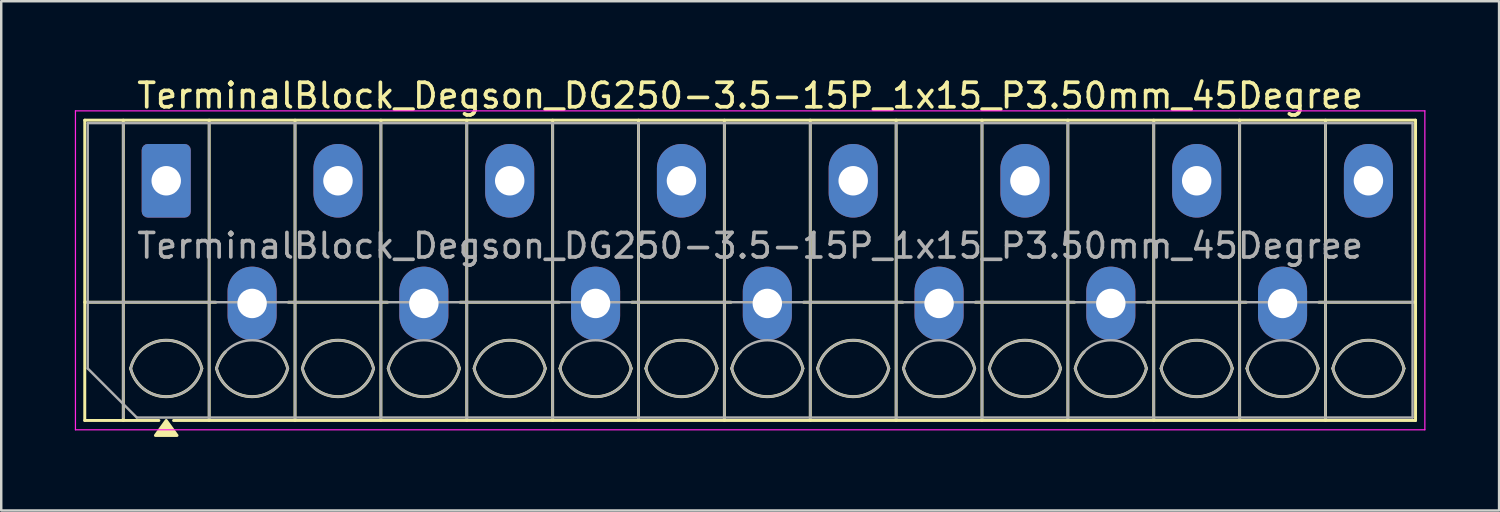
<source format=kicad_pcb>
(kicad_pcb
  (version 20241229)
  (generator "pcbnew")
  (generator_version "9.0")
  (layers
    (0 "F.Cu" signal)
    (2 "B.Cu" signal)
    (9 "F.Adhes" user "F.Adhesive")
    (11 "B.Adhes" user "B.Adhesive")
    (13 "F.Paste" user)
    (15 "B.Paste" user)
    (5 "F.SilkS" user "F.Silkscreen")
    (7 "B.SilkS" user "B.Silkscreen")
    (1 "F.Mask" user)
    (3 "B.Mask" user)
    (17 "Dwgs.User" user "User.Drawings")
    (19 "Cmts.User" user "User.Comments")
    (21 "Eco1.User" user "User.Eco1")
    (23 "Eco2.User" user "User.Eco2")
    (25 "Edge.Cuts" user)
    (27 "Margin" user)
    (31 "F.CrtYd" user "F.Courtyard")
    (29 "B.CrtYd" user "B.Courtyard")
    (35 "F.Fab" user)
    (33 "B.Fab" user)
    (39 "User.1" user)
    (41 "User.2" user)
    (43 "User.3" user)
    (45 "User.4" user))
  (footprint "TerminalBlock_Degson_DG250-3.5-15P_1x15_P3.50mm_45Degree"
    (layer "F.Cu")
    (at 3.725 4.318)
    (property "Reference" "TerminalBlock_Degson_DG250-3.5-15P_1x15_P3.50mm_45Degree" (at 23.8 -3.47 0) (layer "F.SilkS") (effects (font (size 1 1) (thickness 0.15))))
    (attr through_hole)
    (fp_line (start -3.32 -2.47) (end 50.92 -2.47) (stroke (width 0.12) (type solid)) (layer "F.SilkS"))
    (fp_line (start -3.32 4.95) (end 2.02 4.95) (stroke (width 0.12) (type solid)) (layer "F.SilkS"))
    (fp_line (start -3.32 9.77) (end -3.32 -2.47) (stroke (width 0.12) (type solid)) (layer "F.SilkS"))
    (fp_line (start -1.75 -2.47) (end -1.75 9.77) (stroke (width 0.12) (type solid)) (layer "F.SilkS"))
    (fp_line (start -0.3 9.77) (end -3.32 9.77) (stroke (width 0.12) (type solid)) (layer "F.SilkS"))
    (fp_line (start 1.75 -2.47) (end 1.75 9.77) (stroke (width 0.12) (type solid)) (layer "F.SilkS"))
    (fp_line (start 4.98 4.95) (end 9.02 4.95) (stroke (width 0.12) (type solid)) (layer "F.SilkS"))
    (fp_line (start 5.25 -2.47) (end 5.25 9.77) (stroke (width 0.12) (type solid)) (layer "F.SilkS"))
    (fp_line (start 8.75 -2.47) (end 8.75 9.77) (stroke (width 0.12) (type solid)) (layer "F.SilkS"))
    (fp_line (start 11.98 4.95) (end 16.02 4.95) (stroke (width 0.12) (type solid)) (layer "F.SilkS"))
    (fp_line (start 12.25 -2.47) (end 12.25 9.77) (stroke (width 0.12) (type solid)) (layer "F.SilkS"))
    (fp_line (start 15.75 -2.47) (end 15.75 9.77) (stroke (width 0.12) (type solid)) (layer "F.SilkS"))
    (fp_line (start 18.98 4.95) (end 23.02 4.95) (stroke (width 0.12) (type solid)) (layer "F.SilkS"))
    (fp_line (start 19.25 -2.47) (end 19.25 9.77) (stroke (width 0.12) (type solid)) (layer "F.SilkS"))
    (fp_line (start 22.75 -2.47) (end 22.75 9.77) (stroke (width 0.12) (type solid)) (layer "F.SilkS"))
    (fp_line (start 25.98 4.95) (end 30.02 4.95) (stroke (width 0.12) (type solid)) (layer "F.SilkS"))
    (fp_line (start 26.25 -2.47) (end 26.25 9.77) (stroke (width 0.12) (type solid)) (layer "F.SilkS"))
    (fp_line (start 29.75 -2.47) (end 29.75 9.77) (stroke (width 0.12) (type solid)) (layer "F.SilkS"))
    (fp_line (start 32.98 4.95) (end 37.02 4.95) (stroke (width 0.12) (type solid)) (layer "F.SilkS"))
    (fp_line (start 33.25 -2.47) (end 33.25 9.77) (stroke (width 0.12) (type solid)) (layer "F.SilkS"))
    (fp_line (start 36.75 -2.47) (end 36.75 9.77) (stroke (width 0.12) (type solid)) (layer "F.SilkS"))
    (fp_line (start 39.98 4.95) (end 44.02 4.95) (stroke (width 0.12) (type solid)) (layer "F.SilkS"))
    (fp_line (start 40.25 -2.47) (end 40.25 9.77) (stroke (width 0.12) (type solid)) (layer "F.SilkS"))
    (fp_line (start 43.75 -2.47) (end 43.75 9.77) (stroke (width 0.12) (type solid)) (layer "F.SilkS"))
    (fp_line (start 46.98 4.95) (end 50.92 4.95) (stroke (width 0.12) (type solid)) (layer "F.SilkS"))
    (fp_line (start 47.25 -2.47) (end 47.25 9.77) (stroke (width 0.12) (type solid)) (layer "F.SilkS"))
    (fp_line (start 50.92 -2.47) (end 50.92 9.77) (stroke (width 0.12) (type solid)) (layer "F.SilkS"))
    (fp_line (start 50.92 9.77) (end 0.3 9.77) (stroke (width 0.12) (type solid)) (layer "F.SilkS"))
    (fp_arc (start -1.45 7.65) (mid 0 6.5) (end 1.45 7.65) (stroke (width 0.12) (type solid)) (layer "F.SilkS"))
    (fp_arc (start 1.45 7.65) (mid 0 8.8) (end -1.45 7.65) (stroke (width 0.12) (type solid)) (layer "F.SilkS"))
    (fp_arc (start 2.05 7.65) (mid 2.18402 7.291962) (end 2.405 6.98) (stroke (width 0.12) (type solid)) (layer "F.SilkS"))
    (fp_arc (start 4.595 6.98) (mid 4.81598 7.291962) (end 4.95 7.65) (stroke (width 0.12) (type solid)) (layer "F.SilkS"))
    (fp_arc (start 4.95 7.65) (mid 3.5 8.8) (end 2.05 7.65) (stroke (width 0.12) (type solid)) (layer "F.SilkS"))
    (fp_arc (start 5.55 7.65) (mid 7 6.5) (end 8.45 7.65) (stroke (width 0.12) (type solid)) (layer "F.SilkS"))
    (fp_arc (start 8.45 7.65) (mid 7 8.8) (end 5.55 7.65) (stroke (width 0.12) (type solid)) (layer "F.SilkS"))
    (fp_arc (start 9.05 7.65) (mid 9.18402 7.291962) (end 9.405 6.98) (stroke (width 0.12) (type solid)) (layer "F.SilkS"))
    (fp_arc (start 11.595 6.98) (mid 11.81598 7.291962) (end 11.95 7.65) (stroke (width 0.12) (type solid)) (layer "F.SilkS"))
    (fp_arc (start 11.95 7.65) (mid 10.5 8.8) (end 9.05 7.65) (stroke (width 0.12) (type solid)) (layer "F.SilkS"))
    (fp_arc (start 12.55 7.65) (mid 14 6.5) (end 15.45 7.65) (stroke (width 0.12) (type solid)) (layer "F.SilkS"))
    (fp_arc (start 15.45 7.65) (mid 14 8.8) (end 12.55 7.65) (stroke (width 0.12) (type solid)) (layer "F.SilkS"))
    (fp_arc (start 16.05 7.65) (mid 16.18402 7.291962) (end 16.405 6.98) (stroke (width 0.12) (type solid)) (layer "F.SilkS"))
    (fp_arc (start 18.595 6.98) (mid 18.81598 7.291962) (end 18.95 7.65) (stroke (width 0.12) (type solid)) (layer "F.SilkS"))
    (fp_arc (start 18.95 7.65) (mid 17.5 8.8) (end 16.05 7.65) (stroke (width 0.12) (type solid)) (layer "F.SilkS"))
    (fp_arc (start 19.55 7.65) (mid 21 6.5) (end 22.45 7.65) (stroke (width 0.12) (type solid)) (layer "F.SilkS"))
    (fp_arc (start 22.45 7.65) (mid 21 8.8) (end 19.55 7.65) (stroke (width 0.12) (type solid)) (layer "F.SilkS"))
    (fp_arc (start 23.05 7.65) (mid 23.18402 7.291962) (end 23.405 6.98) (stroke (width 0.12) (type solid)) (layer "F.SilkS"))
    (fp_arc (start 25.595 6.98) (mid 25.81598 7.291962) (end 25.95 7.65) (stroke (width 0.12) (type solid)) (layer "F.SilkS"))
    (fp_arc (start 25.95 7.65) (mid 24.5 8.8) (end 23.05 7.65) (stroke (width 0.12) (type solid)) (layer "F.SilkS"))
    (fp_arc (start 26.55 7.65) (mid 28 6.5) (end 29.45 7.65) (stroke (width 0.12) (type solid)) (layer "F.SilkS"))
    (fp_arc (start 29.45 7.65) (mid 28 8.8) (end 26.55 7.65) (stroke (width 0.12) (type solid)) (layer "F.SilkS"))
    (fp_arc (start 30.05 7.65) (mid 30.18402 7.291962) (end 30.405 6.98) (stroke (width 0.12) (type solid)) (layer "F.SilkS"))
    (fp_arc (start 32.595 6.98) (mid 32.81598 7.291962) (end 32.95 7.65) (stroke (width 0.12) (type solid)) (layer "F.SilkS"))
    (fp_arc (start 32.95 7.65) (mid 31.5 8.8) (end 30.05 7.65) (stroke (width 0.12) (type solid)) (layer "F.SilkS"))
    (fp_arc (start 33.55 7.65) (mid 35 6.5) (end 36.45 7.65) (stroke (width 0.12) (type solid)) (layer "F.SilkS"))
    (fp_arc (start 36.45 7.65) (mid 35 8.8) (end 33.55 7.65) (stroke (width 0.12) (type solid)) (layer "F.SilkS"))
    (fp_arc (start 37.05 7.65) (mid 37.18402 7.291962) (end 37.405 6.98) (stroke (width 0.12) (type solid)) (layer "F.SilkS"))
    (fp_arc (start 39.595 6.98) (mid 39.81598 7.291962) (end 39.95 7.65) (stroke (width 0.12) (type solid)) (layer "F.SilkS"))
    (fp_arc (start 39.95 7.65) (mid 38.5 8.8) (end 37.05 7.65) (stroke (width 0.12) (type solid)) (layer "F.SilkS"))
    (fp_arc (start 40.55 7.65) (mid 42 6.5) (end 43.45 7.65) (stroke (width 0.12) (type solid)) (layer "F.SilkS"))
    (fp_arc (start 43.45 7.65) (mid 42 8.8) (end 40.55 7.65) (stroke (width 0.12) (type solid)) (layer "F.SilkS"))
    (fp_arc (start 44.05 7.65) (mid 44.18402 7.291962) (end 44.405 6.98) (stroke (width 0.12) (type solid)) (layer "F.SilkS"))
    (fp_arc (start 46.595 6.98) (mid 46.81598 7.291962) (end 46.95 7.65) (stroke (width 0.12) (type solid)) (layer "F.SilkS"))
    (fp_arc (start 46.95 7.65) (mid 45.5 8.8) (end 44.05 7.65) (stroke (width 0.12) (type solid)) (layer "F.SilkS"))
    (fp_arc (start 47.55 7.65) (mid 49 6.5) (end 50.45 7.65) (stroke (width 0.12) (type solid)) (layer "F.SilkS"))
    (fp_arc (start 50.45 7.65) (mid 49 8.8) (end 47.55 7.65) (stroke (width 0.12) (type solid)) (layer "F.SilkS"))
    (fp_poly (pts (xy 0 9.77) (xy 0.44 10.38) (xy -0.44 10.38)) (stroke (width 0.12) (type solid)) (fill yes) (layer "F.SilkS"))
    (fp_line (start -3.7 -2.85) (end -3.7 10.15) (stroke (width 0.05) (type solid)) (layer "F.CrtYd"))
    (fp_line (start -3.7 10.15) (end 51.3 10.15) (stroke (width 0.05) (type solid)) (layer "F.CrtYd"))
    (fp_line (start 51.3 -2.85) (end -3.7 -2.85) (stroke (width 0.05) (type solid)) (layer "F.CrtYd"))
    (fp_line (start 51.3 10.15) (end 51.3 -2.85) (stroke (width 0.05) (type solid)) (layer "F.CrtYd"))
    (fp_line (start -3.2 -2.35) (end 50.8 -2.35) (stroke (width 0.1) (type solid)) (layer "F.Fab"))
    (fp_line (start -3.2 4.95) (end 50.8 4.95) (stroke (width 0.1) (type solid)) (layer "F.Fab"))
    (fp_line (start -3.2 7.65) (end -3.2 -2.35) (stroke (width 0.1) (type solid)) (layer "F.Fab"))
    (fp_line (start -1.75 -2.35) (end -1.75 9.65) (stroke (width 0.1) (type solid)) (layer "F.Fab"))
    (fp_line (start -1.2 9.65) (end -3.2 7.65) (stroke (width 0.1) (type solid)) (layer "F.Fab"))
    (fp_line (start 1.75 -2.35) (end 1.75 9.65) (stroke (width 0.1) (type solid)) (layer "F.Fab"))
    (fp_line (start 5.25 -2.35) (end 5.25 9.65) (stroke (width 0.1) (type solid)) (layer "F.Fab"))
    (fp_line (start 8.75 -2.35) (end 8.75 9.65) (stroke (width 0.1) (type solid)) (layer "F.Fab"))
    (fp_line (start 12.25 -2.35) (end 12.25 9.65) (stroke (width 0.1) (type solid)) (layer "F.Fab"))
    (fp_line (start 15.75 -2.35) (end 15.75 9.65) (stroke (width 0.1) (type solid)) (layer "F.Fab"))
    (fp_line (start 19.25 -2.35) (end 19.25 9.65) (stroke (width 0.1) (type solid)) (layer "F.Fab"))
    (fp_line (start 22.75 -2.35) (end 22.75 9.65) (stroke (width 0.1) (type solid)) (layer "F.Fab"))
    (fp_line (start 26.25 -2.35) (end 26.25 9.65) (stroke (width 0.1) (type solid)) (layer "F.Fab"))
    (fp_line (start 29.75 -2.35) (end 29.75 9.65) (stroke (width 0.1) (type solid)) (layer "F.Fab"))
    (fp_line (start 33.25 -2.35) (end 33.25 9.65) (stroke (width 0.1) (type solid)) (layer "F.Fab"))
    (fp_line (start 36.75 -2.35) (end 36.75 9.65) (stroke (width 0.1) (type solid)) (layer "F.Fab"))
    (fp_line (start 40.25 -2.35) (end 40.25 9.65) (stroke (width 0.1) (type solid)) (layer "F.Fab"))
    (fp_line (start 43.75 -2.35) (end 43.75 9.65) (stroke (width 0.1) (type solid)) (layer "F.Fab"))
    (fp_line (start 47.25 -2.35) (end 47.25 9.65) (stroke (width 0.1) (type solid)) (layer "F.Fab"))
    (fp_line (start 50.8 -2.35) (end 50.8 9.65) (stroke (width 0.1) (type solid)) (layer "F.Fab"))
    (fp_line (start 50.8 9.65) (end -1.2 9.65) (stroke (width 0.1) (type solid)) (layer "F.Fab"))
    (fp_arc (start -1.45 7.65) (mid 0 6.5) (end 1.45 7.65) (stroke (width 0.1) (type solid)) (layer "F.Fab"))
    (fp_arc (start 1.45 7.65) (mid 0 8.8) (end -1.45 7.65) (stroke (width 0.1) (type solid)) (layer "F.Fab"))
    (fp_arc (start 2.05 7.65) (mid 3.5 6.5) (end 4.95 7.65) (stroke (width 0.1) (type solid)) (layer "F.Fab"))
    (fp_arc (start 4.95 7.65) (mid 3.5 8.8) (end 2.05 7.65) (stroke (width 0.1) (type solid)) (layer "F.Fab"))
    (fp_arc (start 5.55 7.65) (mid 7 6.5) (end 8.45 7.65) (stroke (width 0.1) (type solid)) (layer "F.Fab"))
    (fp_arc (start 8.45 7.65) (mid 7 8.8) (end 5.55 7.65) (stroke (width 0.1) (type solid)) (layer "F.Fab"))
    (fp_arc (start 9.05 7.65) (mid 10.5 6.5) (end 11.95 7.65) (stroke (width 0.1) (type solid)) (layer "F.Fab"))
    (fp_arc (start 11.95 7.65) (mid 10.5 8.8) (end 9.05 7.65) (stroke (width 0.1) (type solid)) (layer "F.Fab"))
    (fp_arc (start 12.55 7.65) (mid 14 6.5) (end 15.45 7.65) (stroke (width 0.1) (type solid)) (layer "F.Fab"))
    (fp_arc (start 15.45 7.65) (mid 14 8.8) (end 12.55 7.65) (stroke (width 0.1) (type solid)) (layer "F.Fab"))
    (fp_arc (start 16.05 7.65) (mid 17.5 6.5) (end 18.95 7.65) (stroke (width 0.1) (type solid)) (layer "F.Fab"))
    (fp_arc (start 18.95 7.65) (mid 17.5 8.8) (end 16.05 7.65) (stroke (width 0.1) (type solid)) (layer "F.Fab"))
    (fp_arc (start 19.55 7.65) (mid 21 6.5) (end 22.45 7.65) (stroke (width 0.1) (type solid)) (layer "F.Fab"))
    (fp_arc (start 22.45 7.65) (mid 21 8.8) (end 19.55 7.65) (stroke (width 0.1) (type solid)) (layer "F.Fab"))
    (fp_arc (start 23.05 7.65) (mid 24.5 6.5) (end 25.95 7.65) (stroke (width 0.1) (type solid)) (layer "F.Fab"))
    (fp_arc (start 25.95 7.65) (mid 24.5 8.8) (end 23.05 7.65) (stroke (width 0.1) (type solid)) (layer "F.Fab"))
    (fp_arc (start 26.55 7.65) (mid 28 6.5) (end 29.45 7.65) (stroke (width 0.1) (type solid)) (layer "F.Fab"))
    (fp_arc (start 29.45 7.65) (mid 28 8.8) (end 26.55 7.65) (stroke (width 0.1) (type solid)) (layer "F.Fab"))
    (fp_arc (start 30.05 7.65) (mid 31.5 6.5) (end 32.95 7.65) (stroke (width 0.1) (type solid)) (layer "F.Fab"))
    (fp_arc (start 32.95 7.65) (mid 31.5 8.8) (end 30.05 7.65) (stroke (width 0.1) (type solid)) (layer "F.Fab"))
    (fp_arc (start 33.55 7.65) (mid 35 6.5) (end 36.45 7.65) (stroke (width 0.1) (type solid)) (layer "F.Fab"))
    (fp_arc (start 36.45 7.65) (mid 35 8.8) (end 33.55 7.65) (stroke (width 0.1) (type solid)) (layer "F.Fab"))
    (fp_arc (start 37.05 7.65) (mid 38.5 6.5) (end 39.95 7.65) (stroke (width 0.1) (type solid)) (layer "F.Fab"))
    (fp_arc (start 39.95 7.65) (mid 38.5 8.8) (end 37.05 7.65) (stroke (width 0.1) (type solid)) (layer "F.Fab"))
    (fp_arc (start 40.55 7.65) (mid 42 6.5) (end 43.45 7.65) (stroke (width 0.1) (type solid)) (layer "F.Fab"))
    (fp_arc (start 43.45 7.65) (mid 42 8.8) (end 40.55 7.65) (stroke (width 0.1) (type solid)) (layer "F.Fab"))
    (fp_arc (start 44.05 7.65) (mid 45.5 6.5) (end 46.95 7.65) (stroke (width 0.1) (type solid)) (layer "F.Fab"))
    (fp_arc (start 46.95 7.65) (mid 45.5 8.8) (end 44.05 7.65) (stroke (width 0.1) (type solid)) (layer "F.Fab"))
    (fp_arc (start 47.55 7.65) (mid 49 6.5) (end 50.45 7.65) (stroke (width 0.1) (type solid)) (layer "F.Fab"))
    (fp_arc (start 50.45 7.65) (mid 49 8.8) (end 47.55 7.65) (stroke (width 0.1) (type solid)) (layer "F.Fab"))
    (fp_text user "${REFERENCE}" (at 23.8 2.65 0) (layer "F.Fab") (effects (font (size 1 1) (thickness 0.15))))
    (pad "1" thru_hole roundrect (at 0 0) (size 2 3) (drill 1.2) (layers "*.Cu" "*.Mask") (roundrect_rratio 0.125))
    (pad "2" thru_hole oval (at 3.5 5) (size 2 3) (drill 1.2) (layers "*.Cu" "*.Mask"))
    (pad "3" thru_hole oval (at 7 0) (size 2 3) (drill 1.2) (layers "*.Cu" "*.Mask"))
    (pad "4" thru_hole oval (at 10.5 5) (size 2 3) (drill 1.2) (layers "*.Cu" "*.Mask"))
    (pad "5" thru_hole oval (at 14 0) (size 2 3) (drill 1.2) (layers "*.Cu" "*.Mask"))
    (pad "6" thru_hole oval (at 17.5 5) (size 2 3) (drill 1.2) (layers "*.Cu" "*.Mask"))
    (pad "7" thru_hole oval (at 21 0) (size 2 3) (drill 1.2) (layers "*.Cu" "*.Mask"))
    (pad "8" thru_hole oval (at 24.5 5) (size 2 3) (drill 1.2) (layers "*.Cu" "*.Mask"))
    (pad "9" thru_hole oval (at 28 0) (size 2 3) (drill 1.2) (layers "*.Cu" "*.Mask"))
    (pad "10" thru_hole oval (at 31.5 5) (size 2 3) (drill 1.2) (layers "*.Cu" "*.Mask"))
    (pad "11" thru_hole oval (at 35 0) (size 2 3) (drill 1.2) (layers "*.Cu" "*.Mask"))
    (pad "12" thru_hole oval (at 38.5 5) (size 2 3) (drill 1.2) (layers "*.Cu" "*.Mask"))
    (pad "13" thru_hole oval (at 42 0) (size 2 3) (drill 1.2) (layers "*.Cu" "*.Mask"))
    (pad "14" thru_hole oval (at 45.5 5) (size 2 3) (drill 1.2) (layers "*.Cu" "*.Mask"))
    (pad "15" thru_hole oval (at 49 0) (size 2 3) (drill 1.2) (layers "*.Cu" "*.Mask")))
  (gr_rect
    (start -3 -3)
    (end 58.05 17.758)
    (stroke (width 0.1) (type default))
    (fill no)
    (layer "Edge.Cuts")))
</source>
